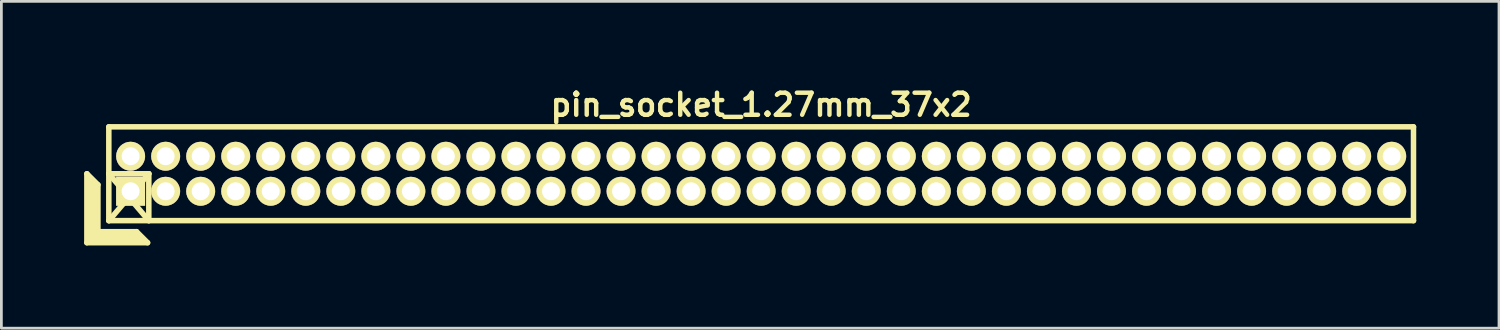
<source format=kicad_pcb>
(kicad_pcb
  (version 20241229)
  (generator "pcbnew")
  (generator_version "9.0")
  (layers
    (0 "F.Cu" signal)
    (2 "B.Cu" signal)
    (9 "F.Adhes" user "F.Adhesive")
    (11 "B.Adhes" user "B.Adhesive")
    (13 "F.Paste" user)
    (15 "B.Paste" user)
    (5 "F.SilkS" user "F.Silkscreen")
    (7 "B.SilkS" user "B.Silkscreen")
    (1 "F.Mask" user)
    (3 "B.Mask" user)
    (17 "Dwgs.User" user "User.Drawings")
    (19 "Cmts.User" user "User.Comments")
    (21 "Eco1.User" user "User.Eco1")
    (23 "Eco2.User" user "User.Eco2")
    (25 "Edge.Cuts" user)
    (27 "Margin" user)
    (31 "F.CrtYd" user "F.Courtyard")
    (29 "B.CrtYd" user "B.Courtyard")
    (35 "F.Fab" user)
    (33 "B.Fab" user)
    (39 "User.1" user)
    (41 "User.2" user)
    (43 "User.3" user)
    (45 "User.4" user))
  (footprint "pin_socket_1.27mm_37x2"
    (layer "F.Cu")
    (at 24.545 3.249)
    (property "Reference" "pin_socket_1.27mm_37x2" (at 0 -2.5 0) (layer "F.SilkS") (effects (font (size 0.8 0.8) (thickness 0.16))))
    (attr through_hole)
    (fp_line (start -24.445 0) (end -24.445 2.5) (stroke (width 0.2) (type solid)) (layer "F.SilkS"))
    (fp_line (start -24.445 0) (end -24.045 0.4) (stroke (width 0.2) (type solid)) (layer "F.SilkS"))
    (fp_line (start -24.445 2.5) (end -22.245 2.5) (stroke (width 0.2) (type solid)) (layer "F.SilkS"))
    (fp_line (start -24.345 2.4) (end -24.345 0.2) (stroke (width 0.2) (type solid)) (layer "F.SilkS"))
    (fp_line (start -24.345 2.4) (end -22.445 2.4) (stroke (width 0.2) (type solid)) (layer "F.SilkS"))
    (fp_line (start -24.245 2.3) (end -24.245 0.3) (stroke (width 0.2) (type solid)) (layer "F.SilkS"))
    (fp_line (start -24.245 2.3) (end -22.545 2.3) (stroke (width 0.2) (type solid)) (layer "F.SilkS"))
    (fp_line (start -24.145 2.2) (end -24.145 0.4) (stroke (width 0.2) (type solid)) (layer "F.SilkS"))
    (fp_line (start -24.145 2.2) (end -22.645 2.2) (stroke (width 0.2) (type solid)) (layer "F.SilkS"))
    (fp_line (start -24.045 2.1) (end -24.045 0.4) (stroke (width 0.2) (type solid)) (layer "F.SilkS"))
    (fp_line (start -24.045 2.1) (end -22.645 2.1) (stroke (width 0.2) (type solid)) (layer "F.SilkS"))
    (fp_line (start -23.65 -1.7) (end 23.65 -1.7) (stroke (width 0.2) (type solid)) (layer "F.SilkS"))
    (fp_line (start -23.65 0) (end -22.2 0) (stroke (width 0.2) (type solid)) (layer "F.SilkS"))
    (fp_line (start -23.65 0) (end -22.2 1.7) (stroke (width 0.2) (type solid)) (layer "F.SilkS"))
    (fp_line (start -23.65 1.7) (end -23.65 -1.7) (stroke (width 0.2) (type solid)) (layer "F.SilkS"))
    (fp_line (start -22.645 2.1) (end -22.245 2.5) (stroke (width 0.2) (type solid)) (layer "F.SilkS"))
    (fp_line (start -22.2 0) (end -23.645 1.7) (stroke (width 0.2) (type solid)) (layer "F.SilkS"))
    (fp_line (start -22.2 0) (end -22.2 1.7) (stroke (width 0.2) (type solid)) (layer "F.SilkS"))
    (fp_line (start 23.65 -1.7) (end 23.65 1.7) (stroke (width 0.2) (type solid)) (layer "F.SilkS"))
    (fp_line (start 23.65 1.7) (end -23.65 1.7) (stroke (width 0.2) (type solid)) (layer "F.SilkS"))
    (pad "1" thru_hole rect (at -22.86 0.635) (size 1.05 1.05) (drill 0.65) (layers "*.Cu" "*.Mask" "F.SilkS"))
    (pad "2" thru_hole oval (at -22.86 -0.635) (size 1.05 1.05) (drill 0.65) (layers "*.Cu" "*.Mask" "F.SilkS"))
    (pad "3" thru_hole oval (at -21.59 0.635) (size 1.05 1.05) (drill 0.65) (layers "*.Cu" "*.Mask" "F.SilkS"))
    (pad "4" thru_hole oval (at -21.59 -0.635) (size 1.05 1.05) (drill 0.65) (layers "*.Cu" "*.Mask" "F.SilkS"))
    (pad "5" thru_hole oval (at -20.32 0.635) (size 1.05 1.05) (drill 0.65) (layers "*.Cu" "*.Mask" "F.SilkS"))
    (pad "6" thru_hole oval (at -20.32 -0.635) (size 1.05 1.05) (drill 0.65) (layers "*.Cu" "*.Mask" "F.SilkS"))
    (pad "7" thru_hole oval (at -19.05 0.635) (size 1.05 1.05) (drill 0.65) (layers "*.Cu" "*.Mask" "F.SilkS"))
    (pad "8" thru_hole oval (at -19.05 -0.635) (size 1.05 1.05) (drill 0.65) (layers "*.Cu" "*.Mask" "F.SilkS"))
    (pad "9" thru_hole oval (at -17.78 0.635) (size 1.05 1.05) (drill 0.65) (layers "*.Cu" "*.Mask" "F.SilkS"))
    (pad "10" thru_hole oval (at -17.78 -0.635) (size 1.05 1.05) (drill 0.65) (layers "*.Cu" "*.Mask" "F.SilkS"))
    (pad "11" thru_hole oval (at -16.51 0.635) (size 1.05 1.05) (drill 0.65) (layers "*.Cu" "*.Mask" "F.SilkS"))
    (pad "12" thru_hole oval (at -16.51 -0.635) (size 1.05 1.05) (drill 0.65) (layers "*.Cu" "*.Mask" "F.SilkS"))
    (pad "13" thru_hole oval (at -15.24 0.635) (size 1.05 1.05) (drill 0.65) (layers "*.Cu" "*.Mask" "F.SilkS"))
    (pad "14" thru_hole oval (at -15.24 -0.635) (size 1.05 1.05) (drill 0.65) (layers "*.Cu" "*.Mask" "F.SilkS"))
    (pad "15" thru_hole oval (at -13.97 0.635) (size 1.05 1.05) (drill 0.65) (layers "*.Cu" "*.Mask" "F.SilkS"))
    (pad "16" thru_hole oval (at -13.97 -0.635) (size 1.05 1.05) (drill 0.65) (layers "*.Cu" "*.Mask" "F.SilkS"))
    (pad "17" thru_hole oval (at -12.7 0.635) (size 1.05 1.05) (drill 0.65) (layers "*.Cu" "*.Mask" "F.SilkS"))
    (pad "18" thru_hole oval (at -12.7 -0.635) (size 1.05 1.05) (drill 0.65) (layers "*.Cu" "*.Mask" "F.SilkS"))
    (pad "19" thru_hole oval (at -11.43 0.635) (size 1.05 1.05) (drill 0.65) (layers "*.Cu" "*.Mask" "F.SilkS"))
    (pad "20" thru_hole oval (at -11.43 -0.635) (size 1.05 1.05) (drill 0.65) (layers "*.Cu" "*.Mask" "F.SilkS"))
    (pad "21" thru_hole oval (at -10.16 0.635) (size 1.05 1.05) (drill 0.65) (layers "*.Cu" "*.Mask" "F.SilkS"))
    (pad "22" thru_hole oval (at -10.16 -0.635) (size 1.05 1.05) (drill 0.65) (layers "*.Cu" "*.Mask" "F.SilkS"))
    (pad "23" thru_hole oval (at -8.89 0.635) (size 1.05 1.05) (drill 0.65) (layers "*.Cu" "*.Mask" "F.SilkS"))
    (pad "24" thru_hole oval (at -8.89 -0.635) (size 1.05 1.05) (drill 0.65) (layers "*.Cu" "*.Mask" "F.SilkS"))
    (pad "25" thru_hole oval (at -7.62 0.635) (size 1.05 1.05) (drill 0.65) (layers "*.Cu" "*.Mask" "F.SilkS"))
    (pad "26" thru_hole oval (at -7.62 -0.635) (size 1.05 1.05) (drill 0.65) (layers "*.Cu" "*.Mask" "F.SilkS"))
    (pad "27" thru_hole oval (at -6.35 0.635) (size 1.05 1.05) (drill 0.65) (layers "*.Cu" "*.Mask" "F.SilkS"))
    (pad "28" thru_hole oval (at -6.35 -0.635) (size 1.05 1.05) (drill 0.65) (layers "*.Cu" "*.Mask" "F.SilkS"))
    (pad "29" thru_hole oval (at -5.08 0.635) (size 1.05 1.05) (drill 0.65) (layers "*.Cu" "*.Mask" "F.SilkS"))
    (pad "30" thru_hole oval (at -5.08 -0.635) (size 1.05 1.05) (drill 0.65) (layers "*.Cu" "*.Mask" "F.SilkS"))
    (pad "31" thru_hole oval (at -3.81 0.635) (size 1.05 1.05) (drill 0.65) (layers "*.Cu" "*.Mask" "F.SilkS"))
    (pad "32" thru_hole oval (at -3.81 -0.635) (size 1.05 1.05) (drill 0.65) (layers "*.Cu" "*.Mask" "F.SilkS"))
    (pad "33" thru_hole oval (at -2.54 0.635) (size 1.05 1.05) (drill 0.65) (layers "*.Cu" "*.Mask" "F.SilkS"))
    (pad "34" thru_hole oval (at -2.54 -0.635) (size 1.05 1.05) (drill 0.65) (layers "*.Cu" "*.Mask" "F.SilkS"))
    (pad "35" thru_hole oval (at -1.27 0.635) (size 1.05 1.05) (drill 0.65) (layers "*.Cu" "*.Mask" "F.SilkS"))
    (pad "36" thru_hole oval (at -1.27 -0.635) (size 1.05 1.05) (drill 0.65) (layers "*.Cu" "*.Mask" "F.SilkS"))
    (pad "37" thru_hole oval (at 0 0.635) (size 1.05 1.05) (drill 0.65) (layers "*.Cu" "*.Mask" "F.SilkS"))
    (pad "38" thru_hole oval (at 0 -0.635) (size 1.05 1.05) (drill 0.65) (layers "*.Cu" "*.Mask" "F.SilkS"))
    (pad "39" thru_hole oval (at 1.27 0.635) (size 1.05 1.05) (drill 0.65) (layers "*.Cu" "*.Mask" "F.SilkS"))
    (pad "40" thru_hole oval (at 1.27 -0.635) (size 1.05 1.05) (drill 0.65) (layers "*.Cu" "*.Mask" "F.SilkS"))
    (pad "41" thru_hole oval (at 2.54 0.635) (size 1.05 1.05) (drill 0.65) (layers "*.Cu" "*.Mask" "F.SilkS"))
    (pad "42" thru_hole oval (at 2.54 -0.635) (size 1.05 1.05) (drill 0.65) (layers "*.Cu" "*.Mask" "F.SilkS"))
    (pad "43" thru_hole oval (at 3.81 0.635) (size 1.05 1.05) (drill 0.65) (layers "*.Cu" "*.Mask" "F.SilkS"))
    (pad "44" thru_hole oval (at 3.81 -0.635) (size 1.05 1.05) (drill 0.65) (layers "*.Cu" "*.Mask" "F.SilkS"))
    (pad "45" thru_hole oval (at 5.08 0.635) (size 1.05 1.05) (drill 0.65) (layers "*.Cu" "*.Mask" "F.SilkS"))
    (pad "46" thru_hole oval (at 5.08 -0.635) (size 1.05 1.05) (drill 0.65) (layers "*.Cu" "*.Mask" "F.SilkS"))
    (pad "47" thru_hole oval (at 6.35 0.635) (size 1.05 1.05) (drill 0.65) (layers "*.Cu" "*.Mask" "F.SilkS"))
    (pad "48" thru_hole oval (at 6.35 -0.635) (size 1.05 1.05) (drill 0.65) (layers "*.Cu" "*.Mask" "F.SilkS"))
    (pad "49" thru_hole oval (at 7.62 0.635) (size 1.05 1.05) (drill 0.65) (layers "*.Cu" "*.Mask" "F.SilkS"))
    (pad "50" thru_hole oval (at 7.62 -0.635) (size 1.05 1.05) (drill 0.65) (layers "*.Cu" "*.Mask" "F.SilkS"))
    (pad "51" thru_hole circle (at 8.89 0.635) (size 1.05 1.05) (drill 0.65) (layers "*.Cu" "*.Mask" "F.SilkS"))
    (pad "52" thru_hole oval (at 8.89 -0.635) (size 1.05 1.05) (drill 0.65) (layers "*.Cu" "*.Mask" "F.SilkS"))
    (pad "53" thru_hole oval (at 10.16 0.635) (size 1.05 1.05) (drill 0.65) (layers "*.Cu" "*.Mask" "F.SilkS"))
    (pad "54" thru_hole oval (at 10.16 -0.635) (size 1.05 1.05) (drill 0.65) (layers "*.Cu" "*.Mask" "F.SilkS"))
    (pad "55" thru_hole oval (at 11.43 0.635) (size 1.05 1.05) (drill 0.65) (layers "*.Cu" "*.Mask" "F.SilkS"))
    (pad "56" thru_hole oval (at 11.43 -0.635) (size 1.05 1.05) (drill 0.65) (layers "*.Cu" "*.Mask" "F.SilkS"))
    (pad "57" thru_hole oval (at 12.7 0.635) (size 1.05 1.05) (drill 0.65) (layers "*.Cu" "*.Mask" "F.SilkS"))
    (pad "58" thru_hole oval (at 12.7 -0.635) (size 1.05 1.05) (drill 0.65) (layers "*.Cu" "*.Mask" "F.SilkS"))
    (pad "59" thru_hole oval (at 13.97 0.635) (size 1.05 1.05) (drill 0.65) (layers "*.Cu" "*.Mask" "F.SilkS"))
    (pad "60" thru_hole oval (at 13.97 -0.635) (size 1.05 1.05) (drill 0.65) (layers "*.Cu" "*.Mask" "F.SilkS"))
    (pad "61" thru_hole oval (at 15.24 0.635) (size 1.05 1.05) (drill 0.65) (layers "*.Cu" "*.Mask" "F.SilkS"))
    (pad "62" thru_hole oval (at 15.24 -0.635) (size 1.05 1.05) (drill 0.65) (layers "*.Cu" "*.Mask" "F.SilkS"))
    (pad "63" thru_hole oval (at 16.51 0.635) (size 1.05 1.05) (drill 0.65) (layers "*.Cu" "*.Mask" "F.SilkS"))
    (pad "64" thru_hole oval (at 16.51 -0.635) (size 1.05 1.05) (drill 0.65) (layers "*.Cu" "*.Mask" "F.SilkS"))
    (pad "65" thru_hole oval (at 17.78 0.635) (size 1.05 1.05) (drill 0.65) (layers "*.Cu" "*.Mask" "F.SilkS"))
    (pad "66" thru_hole oval (at 17.78 -0.635) (size 1.05 1.05) (drill 0.65) (layers "*.Cu" "*.Mask" "F.SilkS"))
    (pad "67" thru_hole oval (at 19.05 0.635) (size 1.05 1.05) (drill 0.65) (layers "*.Cu" "*.Mask" "F.SilkS"))
    (pad "68" thru_hole oval (at 19.05 -0.635) (size 1.05 1.05) (drill 0.65) (layers "*.Cu" "*.Mask" "F.SilkS"))
    (pad "69" thru_hole oval (at 20.32 0.635) (size 1.05 1.05) (drill 0.65) (layers "*.Cu" "*.Mask" "F.SilkS"))
    (pad "70" thru_hole oval (at 20.32 -0.635) (size 1.05 1.05) (drill 0.65) (layers "*.Cu" "*.Mask" "F.SilkS"))
    (pad "71" thru_hole oval (at 21.59 0.635) (size 1.05 1.05) (drill 0.65) (layers "*.Cu" "*.Mask" "F.SilkS"))
    (pad "72" thru_hole oval (at 21.59 -0.635) (size 1.05 1.05) (drill 0.65) (layers "*.Cu" "*.Mask" "F.SilkS"))
    (pad "73" thru_hole oval (at 22.86 0.635) (size 1.05 1.05) (drill 0.65) (layers "*.Cu" "*.Mask" "F.SilkS"))
    (pad "74" thru_hole oval (at 22.86 -0.635) (size 1.05 1.05) (drill 0.65) (layers "*.Cu" "*.Mask" "F.SilkS")))
  (gr_rect
    (start -3 -3)
    (end 51.295 8.849)
    (stroke (width 0.1) (type default))
    (fill no)
    (layer "Edge.Cuts")))
</source>
